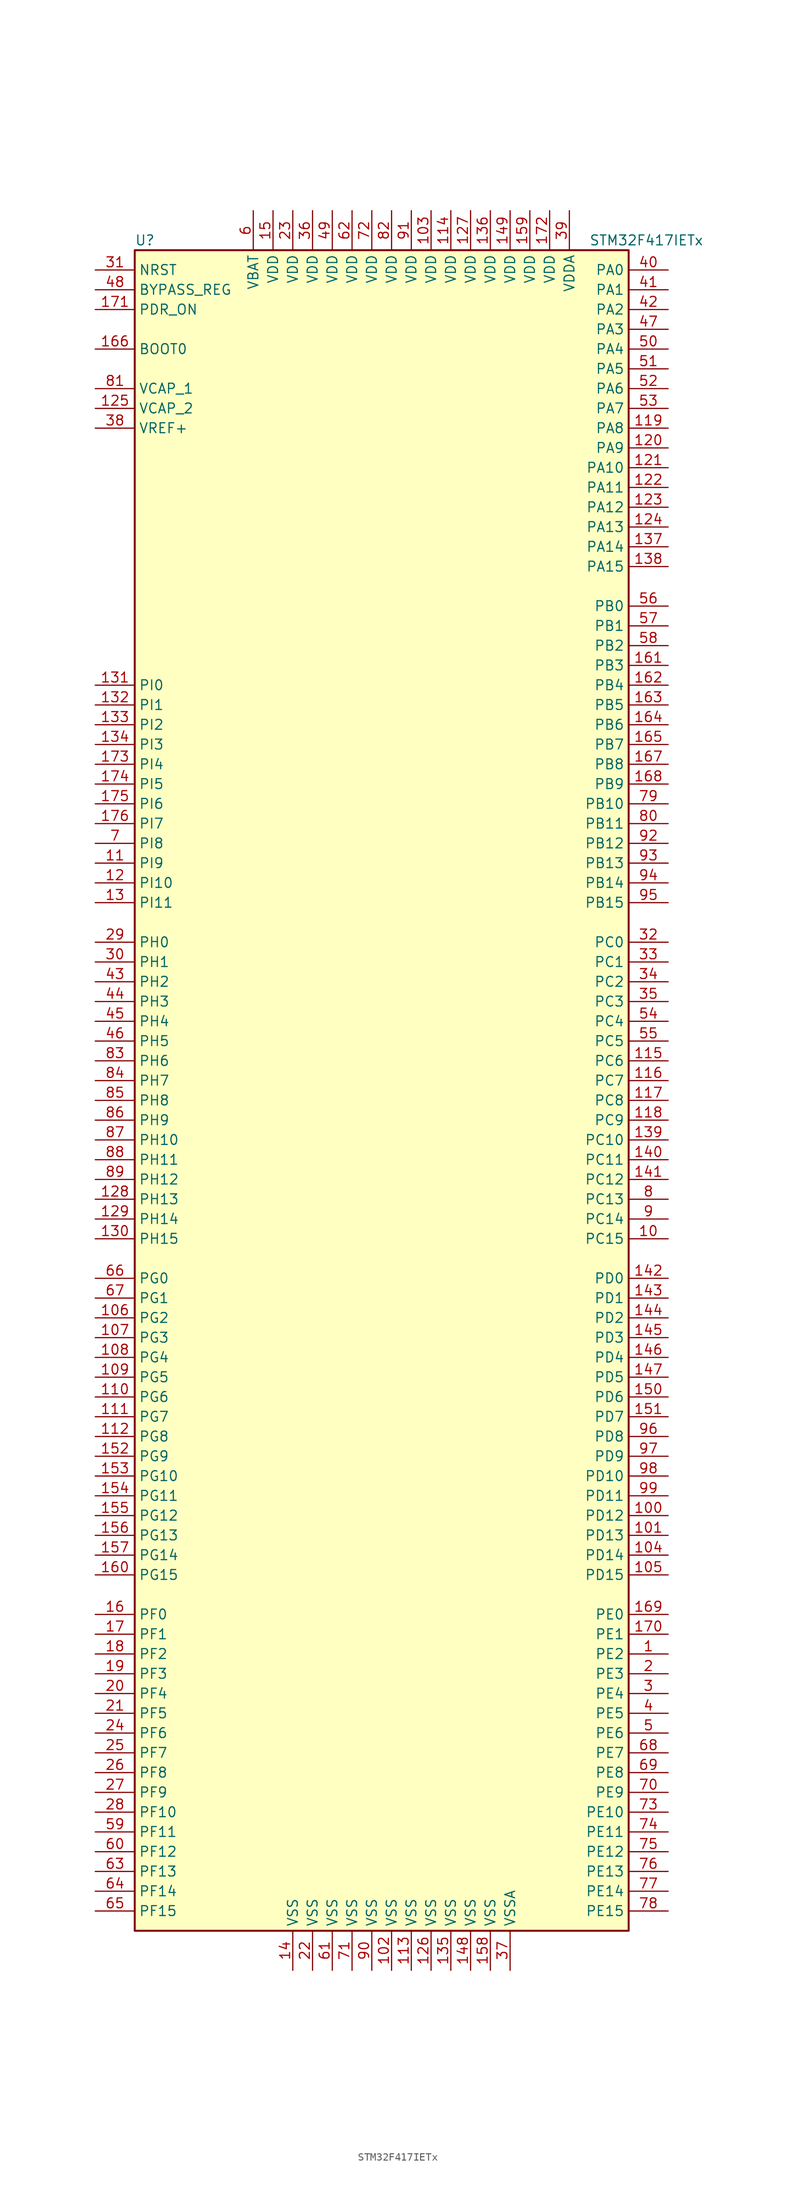
<source format=kicad_sym>
(kicad_symbol_lib
  (version 20220914)
  (generator kicad_symbol_editor)
  (symbol "STM32F417IETx"
    (property "Reference" "U"
      (at -33.02 107.95 0)
      (effects (font (size 1.27 1.27)) (justify left)))
    (property "Value" "STM32F417IETx"
      (at 25.4 107.95 0)
      (effects (font (size 1.27 1.27)) (justify left)))
    (symbol "STM32F417IETx_0_1"
      (rectangle (start -33.02 -109.22) (end 30.48 106.68) (stroke (width 0.254) (type default)) (fill (type background))))
    (symbol "STM32F417IETx_1_1"
      (pin bidirectional line (at 35.56 -73.66 180) (length 5.08) (name "PE2" (effects (font (size 1.27 1.27)))) (number "1" (effects (font (size 1.27 1.27)))))
      (pin bidirectional line (at 35.56 -20.32 180) (length 5.08) (name "PC15" (effects (font (size 1.27 1.27)))) (number "10" (effects (font (size 1.27 1.27)))))
      (pin bidirectional line (at 35.56 -55.88 180) (length 5.08) (name "PD12" (effects (font (size 1.27 1.27)))) (number "100" (effects (font (size 1.27 1.27)))))
      (pin bidirectional line (at 35.56 -58.42 180) (length 5.08) (name "PD13" (effects (font (size 1.27 1.27)))) (number "101" (effects (font (size 1.27 1.27)))))
      (pin power_in line (at 0 -114.3 90) (length 5.08) (name "VSS" (effects (font (size 1.27 1.27)))) (number "102" (effects (font (size 1.27 1.27)))))
      (pin power_in line (at 5.08 111.76 270) (length 5.08) (name "VDD" (effects (font (size 1.27 1.27)))) (number "103" (effects (font (size 1.27 1.27)))))
      (pin bidirectional line (at 35.56 -60.96 180) (length 5.08) (name "PD14" (effects (font (size 1.27 1.27)))) (number "104" (effects (font (size 1.27 1.27)))))
      (pin bidirectional line (at 35.56 -63.5 180) (length 5.08) (name "PD15" (effects (font (size 1.27 1.27)))) (number "105" (effects (font (size 1.27 1.27)))))
      (pin bidirectional line (at -38.1 -30.48 0) (length 5.08) (name "PG2" (effects (font (size 1.27 1.27)))) (number "106" (effects (font (size 1.27 1.27)))))
      (pin bidirectional line (at -38.1 -33.02 0) (length 5.08) (name "PG3" (effects (font (size 1.27 1.27)))) (number "107" (effects (font (size 1.27 1.27)))))
      (pin bidirectional line (at -38.1 -35.56 0) (length 5.08) (name "PG4" (effects (font (size 1.27 1.27)))) (number "108" (effects (font (size 1.27 1.27)))))
      (pin bidirectional line (at -38.1 -38.1 0) (length 5.08) (name "PG5" (effects (font (size 1.27 1.27)))) (number "109" (effects (font (size 1.27 1.27)))))
      (pin bidirectional line (at -38.1 27.94 0) (length 5.08) (name "PI9" (effects (font (size 1.27 1.27)))) (number "11" (effects (font (size 1.27 1.27)))))
      (pin bidirectional line (at -38.1 -40.64 0) (length 5.08) (name "PG6" (effects (font (size 1.27 1.27)))) (number "110" (effects (font (size 1.27 1.27)))))
      (pin bidirectional line (at -38.1 -43.18 0) (length 5.08) (name "PG7" (effects (font (size 1.27 1.27)))) (number "111" (effects (font (size 1.27 1.27)))))
      (pin bidirectional line (at -38.1 -45.72 0) (length 5.08) (name "PG8" (effects (font (size 1.27 1.27)))) (number "112" (effects (font (size 1.27 1.27)))))
      (pin power_in line (at 2.54 -114.3 90) (length 5.08) (name "VSS" (effects (font (size 1.27 1.27)))) (number "113" (effects (font (size 1.27 1.27)))))
      (pin power_in line (at 7.62 111.76 270) (length 5.08) (name "VDD" (effects (font (size 1.27 1.27)))) (number "114" (effects (font (size 1.27 1.27)))))
      (pin bidirectional line (at 35.56 2.54 180) (length 5.08) (name "PC6" (effects (font (size 1.27 1.27)))) (number "115" (effects (font (size 1.27 1.27)))))
      (pin bidirectional line (at 35.56 0 180) (length 5.08) (name "PC7" (effects (font (size 1.27 1.27)))) (number "116" (effects (font (size 1.27 1.27)))))
      (pin bidirectional line (at 35.56 -2.54 180) (length 5.08) (name "PC8" (effects (font (size 1.27 1.27)))) (number "117" (effects (font (size 1.27 1.27)))))
      (pin bidirectional line (at 35.56 -5.08 180) (length 5.08) (name "PC9" (effects (font (size 1.27 1.27)))) (number "118" (effects (font (size 1.27 1.27)))))
      (pin bidirectional line (at 35.56 83.82 180) (length 5.08) (name "PA8" (effects (font (size 1.27 1.27)))) (number "119" (effects (font (size 1.27 1.27)))))
      (pin bidirectional line (at -38.1 25.4 0) (length 5.08) (name "PI10" (effects (font (size 1.27 1.27)))) (number "12" (effects (font (size 1.27 1.27)))))
      (pin bidirectional line (at 35.56 81.28 180) (length 5.08) (name "PA9" (effects (font (size 1.27 1.27)))) (number "120" (effects (font (size 1.27 1.27)))))
      (pin bidirectional line (at 35.56 78.74 180) (length 5.08) (name "PA10" (effects (font (size 1.27 1.27)))) (number "121" (effects (font (size 1.27 1.27)))))
      (pin bidirectional line (at 35.56 76.2 180) (length 5.08) (name "PA11" (effects (font (size 1.27 1.27)))) (number "122" (effects (font (size 1.27 1.27)))))
      (pin bidirectional line (at 35.56 73.66 180) (length 5.08) (name "PA12" (effects (font (size 1.27 1.27)))) (number "123" (effects (font (size 1.27 1.27)))))
      (pin bidirectional line (at 35.56 71.12 180) (length 5.08) (name "PA13" (effects (font (size 1.27 1.27)))) (number "124" (effects (font (size 1.27 1.27)))))
      (pin power_in line (at -38.1 86.36 0) (length 5.08) (name "VCAP_2" (effects (font (size 1.27 1.27)))) (number "125" (effects (font (size 1.27 1.27)))))
      (pin power_in line (at 5.08 -114.3 90) (length 5.08) (name "VSS" (effects (font (size 1.27 1.27)))) (number "126" (effects (font (size 1.27 1.27)))))
      (pin power_in line (at 10.16 111.76 270) (length 5.08) (name "VDD" (effects (font (size 1.27 1.27)))) (number "127" (effects (font (size 1.27 1.27)))))
      (pin bidirectional line (at -38.1 -15.24 0) (length 5.08) (name "PH13" (effects (font (size 1.27 1.27)))) (number "128" (effects (font (size 1.27 1.27)))))
      (pin bidirectional line (at -38.1 -17.78 0) (length 5.08) (name "PH14" (effects (font (size 1.27 1.27)))) (number "129" (effects (font (size 1.27 1.27)))))
      (pin bidirectional line (at -38.1 22.86 0) (length 5.08) (name "PI11" (effects (font (size 1.27 1.27)))) (number "13" (effects (font (size 1.27 1.27)))))
      (pin bidirectional line (at -38.1 -20.32 0) (length 5.08) (name "PH15" (effects (font (size 1.27 1.27)))) (number "130" (effects (font (size 1.27 1.27)))))
      (pin bidirectional line (at -38.1 50.8 0) (length 5.08) (name "PI0" (effects (font (size 1.27 1.27)))) (number "131" (effects (font (size 1.27 1.27)))))
      (pin bidirectional line (at -38.1 48.26 0) (length 5.08) (name "PI1" (effects (font (size 1.27 1.27)))) (number "132" (effects (font (size 1.27 1.27)))))
      (pin bidirectional line (at -38.1 45.72 0) (length 5.08) (name "PI2" (effects (font (size 1.27 1.27)))) (number "133" (effects (font (size 1.27 1.27)))))
      (pin bidirectional line (at -38.1 43.18 0) (length 5.08) (name "PI3" (effects (font (size 1.27 1.27)))) (number "134" (effects (font (size 1.27 1.27)))))
      (pin power_in line (at 7.62 -114.3 90) (length 5.08) (name "VSS" (effects (font (size 1.27 1.27)))) (number "135" (effects (font (size 1.27 1.27)))))
      (pin power_in line (at 12.7 111.76 270) (length 5.08) (name "VDD" (effects (font (size 1.27 1.27)))) (number "136" (effects (font (size 1.27 1.27)))))
      (pin bidirectional line (at 35.56 68.58 180) (length 5.08) (name "PA14" (effects (font (size 1.27 1.27)))) (number "137" (effects (font (size 1.27 1.27)))))
      (pin bidirectional line (at 35.56 66.04 180) (length 5.08) (name "PA15" (effects (font (size 1.27 1.27)))) (number "138" (effects (font (size 1.27 1.27)))))
      (pin bidirectional line (at 35.56 -7.62 180) (length 5.08) (name "PC10" (effects (font (size 1.27 1.27)))) (number "139" (effects (font (size 1.27 1.27)))))
      (pin power_in line (at -12.7 -114.3 90) (length 5.08) (name "VSS" (effects (font (size 1.27 1.27)))) (number "14" (effects (font (size 1.27 1.27)))))
      (pin bidirectional line (at 35.56 -10.16 180) (length 5.08) (name "PC11" (effects (font (size 1.27 1.27)))) (number "140" (effects (font (size 1.27 1.27)))))
      (pin bidirectional line (at 35.56 -12.7 180) (length 5.08) (name "PC12" (effects (font (size 1.27 1.27)))) (number "141" (effects (font (size 1.27 1.27)))))
      (pin bidirectional line (at 35.56 -25.4 180) (length 5.08) (name "PD0" (effects (font (size 1.27 1.27)))) (number "142" (effects (font (size 1.27 1.27)))))
      (pin bidirectional line (at 35.56 -27.94 180) (length 5.08) (name "PD1" (effects (font (size 1.27 1.27)))) (number "143" (effects (font (size 1.27 1.27)))))
      (pin bidirectional line (at 35.56 -30.48 180) (length 5.08) (name "PD2" (effects (font (size 1.27 1.27)))) (number "144" (effects (font (size 1.27 1.27)))))
      (pin bidirectional line (at 35.56 -33.02 180) (length 5.08) (name "PD3" (effects (font (size 1.27 1.27)))) (number "145" (effects (font (size 1.27 1.27)))))
      (pin bidirectional line (at 35.56 -35.56 180) (length 5.08) (name "PD4" (effects (font (size 1.27 1.27)))) (number "146" (effects (font (size 1.27 1.27)))))
      (pin bidirectional line (at 35.56 -38.1 180) (length 5.08) (name "PD5" (effects (font (size 1.27 1.27)))) (number "147" (effects (font (size 1.27 1.27)))))
      (pin power_in line (at 10.16 -114.3 90) (length 5.08) (name "VSS" (effects (font (size 1.27 1.27)))) (number "148" (effects (font (size 1.27 1.27)))))
      (pin power_in line (at 15.24 111.76 270) (length 5.08) (name "VDD" (effects (font (size 1.27 1.27)))) (number "149" (effects (font (size 1.27 1.27)))))
      (pin power_in line (at -15.24 111.76 270) (length 5.08) (name "VDD" (effects (font (size 1.27 1.27)))) (number "15" (effects (font (size 1.27 1.27)))))
      (pin bidirectional line (at 35.56 -40.64 180) (length 5.08) (name "PD6" (effects (font (size 1.27 1.27)))) (number "150" (effects (font (size 1.27 1.27)))))
      (pin bidirectional line (at 35.56 -43.18 180) (length 5.08) (name "PD7" (effects (font (size 1.27 1.27)))) (number "151" (effects (font (size 1.27 1.27)))))
      (pin bidirectional line (at -38.1 -48.26 0) (length 5.08) (name "PG9" (effects (font (size 1.27 1.27)))) (number "152" (effects (font (size 1.27 1.27)))))
      (pin bidirectional line (at -38.1 -50.8 0) (length 5.08) (name "PG10" (effects (font (size 1.27 1.27)))) (number "153" (effects (font (size 1.27 1.27)))))
      (pin bidirectional line (at -38.1 -53.34 0) (length 5.08) (name "PG11" (effects (font (size 1.27 1.27)))) (number "154" (effects (font (size 1.27 1.27)))))
      (pin bidirectional line (at -38.1 -55.88 0) (length 5.08) (name "PG12" (effects (font (size 1.27 1.27)))) (number "155" (effects (font (size 1.27 1.27)))))
      (pin bidirectional line (at -38.1 -58.42 0) (length 5.08) (name "PG13" (effects (font (size 1.27 1.27)))) (number "156" (effects (font (size 1.27 1.27)))))
      (pin bidirectional line (at -38.1 -60.96 0) (length 5.08) (name "PG14" (effects (font (size 1.27 1.27)))) (number "157" (effects (font (size 1.27 1.27)))))
      (pin power_in line (at 12.7 -114.3 90) (length 5.08) (name "VSS" (effects (font (size 1.27 1.27)))) (number "158" (effects (font (size 1.27 1.27)))))
      (pin power_in line (at 17.78 111.76 270) (length 5.08) (name "VDD" (effects (font (size 1.27 1.27)))) (number "159" (effects (font (size 1.27 1.27)))))
      (pin bidirectional line (at -38.1 -68.58 0) (length 5.08) (name "PF0" (effects (font (size 1.27 1.27)))) (number "16" (effects (font (size 1.27 1.27)))))
      (pin bidirectional line (at -38.1 -63.5 0) (length 5.08) (name "PG15" (effects (font (size 1.27 1.27)))) (number "160" (effects (font (size 1.27 1.27)))))
      (pin bidirectional line (at 35.56 53.34 180) (length 5.08) (name "PB3" (effects (font (size 1.27 1.27)))) (number "161" (effects (font (size 1.27 1.27)))))
      (pin bidirectional line (at 35.56 50.8 180) (length 5.08) (name "PB4" (effects (font (size 1.27 1.27)))) (number "162" (effects (font (size 1.27 1.27)))))
      (pin bidirectional line (at 35.56 48.26 180) (length 5.08) (name "PB5" (effects (font (size 1.27 1.27)))) (number "163" (effects (font (size 1.27 1.27)))))
      (pin bidirectional line (at 35.56 45.72 180) (length 5.08) (name "PB6" (effects (font (size 1.27 1.27)))) (number "164" (effects (font (size 1.27 1.27)))))
      (pin bidirectional line (at 35.56 43.18 180) (length 5.08) (name "PB7" (effects (font (size 1.27 1.27)))) (number "165" (effects (font (size 1.27 1.27)))))
      (pin input line (at -38.1 93.98 0) (length 5.08) (name "BOOT0" (effects (font (size 1.27 1.27)))) (number "166" (effects (font (size 1.27 1.27)))))
      (pin bidirectional line (at 35.56 40.64 180) (length 5.08) (name "PB8" (effects (font (size 1.27 1.27)))) (number "167" (effects (font (size 1.27 1.27)))))
      (pin bidirectional line (at 35.56 38.1 180) (length 5.08) (name "PB9" (effects (font (size 1.27 1.27)))) (number "168" (effects (font (size 1.27 1.27)))))
      (pin bidirectional line (at 35.56 -68.58 180) (length 5.08) (name "PE0" (effects (font (size 1.27 1.27)))) (number "169" (effects (font (size 1.27 1.27)))))
      (pin bidirectional line (at -38.1 -71.12 0) (length 5.08) (name "PF1" (effects (font (size 1.27 1.27)))) (number "17" (effects (font (size 1.27 1.27)))))
      (pin bidirectional line (at 35.56 -71.12 180) (length 5.08) (name "PE1" (effects (font (size 1.27 1.27)))) (number "170" (effects (font (size 1.27 1.27)))))
      (pin input line (at -38.1 99.06 0) (length 5.08) (name "PDR_ON" (effects (font (size 1.27 1.27)))) (number "171" (effects (font (size 1.27 1.27)))))
      (pin power_in line (at 20.32 111.76 270) (length 5.08) (name "VDD" (effects (font (size 1.27 1.27)))) (number "172" (effects (font (size 1.27 1.27)))))
      (pin bidirectional line (at -38.1 40.64 0) (length 5.08) (name "PI4" (effects (font (size 1.27 1.27)))) (number "173" (effects (font (size 1.27 1.27)))))
      (pin bidirectional line (at -38.1 38.1 0) (length 5.08) (name "PI5" (effects (font (size 1.27 1.27)))) (number "174" (effects (font (size 1.27 1.27)))))
      (pin bidirectional line (at -38.1 35.56 0) (length 5.08) (name "PI6" (effects (font (size 1.27 1.27)))) (number "175" (effects (font (size 1.27 1.27)))))
      (pin bidirectional line (at -38.1 33.02 0) (length 5.08) (name "PI7" (effects (font (size 1.27 1.27)))) (number "176" (effects (font (size 1.27 1.27)))))
      (pin bidirectional line (at -38.1 -73.66 0) (length 5.08) (name "PF2" (effects (font (size 1.27 1.27)))) (number "18" (effects (font (size 1.27 1.27)))))
      (pin bidirectional line (at -38.1 -76.2 0) (length 5.08) (name "PF3" (effects (font (size 1.27 1.27)))) (number "19" (effects (font (size 1.27 1.27)))))
      (pin bidirectional line (at 35.56 -76.2 180) (length 5.08) (name "PE3" (effects (font (size 1.27 1.27)))) (number "2" (effects (font (size 1.27 1.27)))))
      (pin bidirectional line (at -38.1 -78.74 0) (length 5.08) (name "PF4" (effects (font (size 1.27 1.27)))) (number "20" (effects (font (size 1.27 1.27)))))
      (pin bidirectional line (at -38.1 -81.28 0) (length 5.08) (name "PF5" (effects (font (size 1.27 1.27)))) (number "21" (effects (font (size 1.27 1.27)))))
      (pin power_in line (at -10.16 -114.3 90) (length 5.08) (name "VSS" (effects (font (size 1.27 1.27)))) (number "22" (effects (font (size 1.27 1.27)))))
      (pin power_in line (at -12.7 111.76 270) (length 5.08) (name "VDD" (effects (font (size 1.27 1.27)))) (number "23" (effects (font (size 1.27 1.27)))))
      (pin bidirectional line (at -38.1 -83.82 0) (length 5.08) (name "PF6" (effects (font (size 1.27 1.27)))) (number "24" (effects (font (size 1.27 1.27)))))
      (pin bidirectional line (at -38.1 -86.36 0) (length 5.08) (name "PF7" (effects (font (size 1.27 1.27)))) (number "25" (effects (font (size 1.27 1.27)))))
      (pin bidirectional line (at -38.1 -88.9 0) (length 5.08) (name "PF8" (effects (font (size 1.27 1.27)))) (number "26" (effects (font (size 1.27 1.27)))))
      (pin bidirectional line (at -38.1 -91.44 0) (length 5.08) (name "PF9" (effects (font (size 1.27 1.27)))) (number "27" (effects (font (size 1.27 1.27)))))
      (pin bidirectional line (at -38.1 -93.98 0) (length 5.08) (name "PF10" (effects (font (size 1.27 1.27)))) (number "28" (effects (font (size 1.27 1.27)))))
      (pin input line (at -38.1 17.78 0) (length 5.08) (name "PH0" (effects (font (size 1.27 1.27)))) (number "29" (effects (font (size 1.27 1.27)))))
      (pin bidirectional line (at 35.56 -78.74 180) (length 5.08) (name "PE4" (effects (font (size 1.27 1.27)))) (number "3" (effects (font (size 1.27 1.27)))))
      (pin input line (at -38.1 15.24 0) (length 5.08) (name "PH1" (effects (font (size 1.27 1.27)))) (number "30" (effects (font (size 1.27 1.27)))))
      (pin input line (at -38.1 104.14 0) (length 5.08) (name "NRST" (effects (font (size 1.27 1.27)))) (number "31" (effects (font (size 1.27 1.27)))))
      (pin bidirectional line (at 35.56 17.78 180) (length 5.08) (name "PC0" (effects (font (size 1.27 1.27)))) (number "32" (effects (font (size 1.27 1.27)))))
      (pin bidirectional line (at 35.56 15.24 180) (length 5.08) (name "PC1" (effects (font (size 1.27 1.27)))) (number "33" (effects (font (size 1.27 1.27)))))
      (pin bidirectional line (at 35.56 12.7 180) (length 5.08) (name "PC2" (effects (font (size 1.27 1.27)))) (number "34" (effects (font (size 1.27 1.27)))))
      (pin bidirectional line (at 35.56 10.16 180) (length 5.08) (name "PC3" (effects (font (size 1.27 1.27)))) (number "35" (effects (font (size 1.27 1.27)))))
      (pin power_in line (at -10.16 111.76 270) (length 5.08) (name "VDD" (effects (font (size 1.27 1.27)))) (number "36" (effects (font (size 1.27 1.27)))))
      (pin power_in line (at 15.24 -114.3 90) (length 5.08) (name "VSSA" (effects (font (size 1.27 1.27)))) (number "37" (effects (font (size 1.27 1.27)))))
      (pin power_in line (at -38.1 83.82 0) (length 5.08) (name "VREF+" (effects (font (size 1.27 1.27)))) (number "38" (effects (font (size 1.27 1.27)))))
      (pin power_in line (at 22.86 111.76 270) (length 5.08) (name "VDDA" (effects (font (size 1.27 1.27)))) (number "39" (effects (font (size 1.27 1.27)))))
      (pin bidirectional line (at 35.56 -81.28 180) (length 5.08) (name "PE5" (effects (font (size 1.27 1.27)))) (number "4" (effects (font (size 1.27 1.27)))))
      (pin bidirectional line (at 35.56 104.14 180) (length 5.08) (name "PA0" (effects (font (size 1.27 1.27)))) (number "40" (effects (font (size 1.27 1.27)))))
      (pin bidirectional line (at 35.56 101.6 180) (length 5.08) (name "PA1" (effects (font (size 1.27 1.27)))) (number "41" (effects (font (size 1.27 1.27)))))
      (pin bidirectional line (at 35.56 99.06 180) (length 5.08) (name "PA2" (effects (font (size 1.27 1.27)))) (number "42" (effects (font (size 1.27 1.27)))))
      (pin bidirectional line (at -38.1 12.7 0) (length 5.08) (name "PH2" (effects (font (size 1.27 1.27)))) (number "43" (effects (font (size 1.27 1.27)))))
      (pin bidirectional line (at -38.1 10.16 0) (length 5.08) (name "PH3" (effects (font (size 1.27 1.27)))) (number "44" (effects (font (size 1.27 1.27)))))
      (pin bidirectional line (at -38.1 7.62 0) (length 5.08) (name "PH4" (effects (font (size 1.27 1.27)))) (number "45" (effects (font (size 1.27 1.27)))))
      (pin bidirectional line (at -38.1 5.08 0) (length 5.08) (name "PH5" (effects (font (size 1.27 1.27)))) (number "46" (effects (font (size 1.27 1.27)))))
      (pin bidirectional line (at 35.56 96.52 180) (length 5.08) (name "PA3" (effects (font (size 1.27 1.27)))) (number "47" (effects (font (size 1.27 1.27)))))
      (pin input line (at -38.1 101.6 0) (length 5.08) (name "BYPASS_REG" (effects (font (size 1.27 1.27)))) (number "48" (effects (font (size 1.27 1.27)))))
      (pin power_in line (at -7.62 111.76 270) (length 5.08) (name "VDD" (effects (font (size 1.27 1.27)))) (number "49" (effects (font (size 1.27 1.27)))))
      (pin bidirectional line (at 35.56 -83.82 180) (length 5.08) (name "PE6" (effects (font (size 1.27 1.27)))) (number "5" (effects (font (size 1.27 1.27)))))
      (pin bidirectional line (at 35.56 93.98 180) (length 5.08) (name "PA4" (effects (font (size 1.27 1.27)))) (number "50" (effects (font (size 1.27 1.27)))))
      (pin bidirectional line (at 35.56 91.44 180) (length 5.08) (name "PA5" (effects (font (size 1.27 1.27)))) (number "51" (effects (font (size 1.27 1.27)))))
      (pin bidirectional line (at 35.56 88.9 180) (length 5.08) (name "PA6" (effects (font (size 1.27 1.27)))) (number "52" (effects (font (size 1.27 1.27)))))
      (pin bidirectional line (at 35.56 86.36 180) (length 5.08) (name "PA7" (effects (font (size 1.27 1.27)))) (number "53" (effects (font (size 1.27 1.27)))))
      (pin bidirectional line (at 35.56 7.62 180) (length 5.08) (name "PC4" (effects (font (size 1.27 1.27)))) (number "54" (effects (font (size 1.27 1.27)))))
      (pin bidirectional line (at 35.56 5.08 180) (length 5.08) (name "PC5" (effects (font (size 1.27 1.27)))) (number "55" (effects (font (size 1.27 1.27)))))
      (pin bidirectional line (at 35.56 60.96 180) (length 5.08) (name "PB0" (effects (font (size 1.27 1.27)))) (number "56" (effects (font (size 1.27 1.27)))))
      (pin bidirectional line (at 35.56 58.42 180) (length 5.08) (name "PB1" (effects (font (size 1.27 1.27)))) (number "57" (effects (font (size 1.27 1.27)))))
      (pin bidirectional line (at 35.56 55.88 180) (length 5.08) (name "PB2" (effects (font (size 1.27 1.27)))) (number "58" (effects (font (size 1.27 1.27)))))
      (pin bidirectional line (at -38.1 -96.52 0) (length 5.08) (name "PF11" (effects (font (size 1.27 1.27)))) (number "59" (effects (font (size 1.27 1.27)))))
      (pin power_in line (at -17.78 111.76 270) (length 5.08) (name "VBAT" (effects (font (size 1.27 1.27)))) (number "6" (effects (font (size 1.27 1.27)))))
      (pin bidirectional line (at -38.1 -99.06 0) (length 5.08) (name "PF12" (effects (font (size 1.27 1.27)))) (number "60" (effects (font (size 1.27 1.27)))))
      (pin power_in line (at -7.62 -114.3 90) (length 5.08) (name "VSS" (effects (font (size 1.27 1.27)))) (number "61" (effects (font (size 1.27 1.27)))))
      (pin power_in line (at -5.08 111.76 270) (length 5.08) (name "VDD" (effects (font (size 1.27 1.27)))) (number "62" (effects (font (size 1.27 1.27)))))
      (pin bidirectional line (at -38.1 -101.6 0) (length 5.08) (name "PF13" (effects (font (size 1.27 1.27)))) (number "63" (effects (font (size 1.27 1.27)))))
      (pin bidirectional line (at -38.1 -104.14 0) (length 5.08) (name "PF14" (effects (font (size 1.27 1.27)))) (number "64" (effects (font (size 1.27 1.27)))))
      (pin bidirectional line (at -38.1 -106.68 0) (length 5.08) (name "PF15" (effects (font (size 1.27 1.27)))) (number "65" (effects (font (size 1.27 1.27)))))
      (pin bidirectional line (at -38.1 -25.4 0) (length 5.08) (name "PG0" (effects (font (size 1.27 1.27)))) (number "66" (effects (font (size 1.27 1.27)))))
      (pin bidirectional line (at -38.1 -27.94 0) (length 5.08) (name "PG1" (effects (font (size 1.27 1.27)))) (number "67" (effects (font (size 1.27 1.27)))))
      (pin bidirectional line (at 35.56 -86.36 180) (length 5.08) (name "PE7" (effects (font (size 1.27 1.27)))) (number "68" (effects (font (size 1.27 1.27)))))
      (pin bidirectional line (at 35.56 -88.9 180) (length 5.08) (name "PE8" (effects (font (size 1.27 1.27)))) (number "69" (effects (font (size 1.27 1.27)))))
      (pin bidirectional line (at -38.1 30.48 0) (length 5.08) (name "PI8" (effects (font (size 1.27 1.27)))) (number "7" (effects (font (size 1.27 1.27)))))
      (pin bidirectional line (at 35.56 -91.44 180) (length 5.08) (name "PE9" (effects (font (size 1.27 1.27)))) (number "70" (effects (font (size 1.27 1.27)))))
      (pin power_in line (at -5.08 -114.3 90) (length 5.08) (name "VSS" (effects (font (size 1.27 1.27)))) (number "71" (effects (font (size 1.27 1.27)))))
      (pin power_in line (at -2.54 111.76 270) (length 5.08) (name "VDD" (effects (font (size 1.27 1.27)))) (number "72" (effects (font (size 1.27 1.27)))))
      (pin bidirectional line (at 35.56 -93.98 180) (length 5.08) (name "PE10" (effects (font (size 1.27 1.27)))) (number "73" (effects (font (size 1.27 1.27)))))
      (pin bidirectional line (at 35.56 -96.52 180) (length 5.08) (name "PE11" (effects (font (size 1.27 1.27)))) (number "74" (effects (font (size 1.27 1.27)))))
      (pin bidirectional line (at 35.56 -99.06 180) (length 5.08) (name "PE12" (effects (font (size 1.27 1.27)))) (number "75" (effects (font (size 1.27 1.27)))))
      (pin bidirectional line (at 35.56 -101.6 180) (length 5.08) (name "PE13" (effects (font (size 1.27 1.27)))) (number "76" (effects (font (size 1.27 1.27)))))
      (pin bidirectional line (at 35.56 -104.14 180) (length 5.08) (name "PE14" (effects (font (size 1.27 1.27)))) (number "77" (effects (font (size 1.27 1.27)))))
      (pin bidirectional line (at 35.56 -106.68 180) (length 5.08) (name "PE15" (effects (font (size 1.27 1.27)))) (number "78" (effects (font (size 1.27 1.27)))))
      (pin bidirectional line (at 35.56 35.56 180) (length 5.08) (name "PB10" (effects (font (size 1.27 1.27)))) (number "79" (effects (font (size 1.27 1.27)))))
      (pin bidirectional line (at 35.56 -15.24 180) (length 5.08) (name "PC13" (effects (font (size 1.27 1.27)))) (number "8" (effects (font (size 1.27 1.27)))))
      (pin bidirectional line (at 35.56 33.02 180) (length 5.08) (name "PB11" (effects (font (size 1.27 1.27)))) (number "80" (effects (font (size 1.27 1.27)))))
      (pin power_in line (at -38.1 88.9 0) (length 5.08) (name "VCAP_1" (effects (font (size 1.27 1.27)))) (number "81" (effects (font (size 1.27 1.27)))))
      (pin power_in line (at 0 111.76 270) (length 5.08) (name "VDD" (effects (font (size 1.27 1.27)))) (number "82" (effects (font (size 1.27 1.27)))))
      (pin bidirectional line (at -38.1 2.54 0) (length 5.08) (name "PH6" (effects (font (size 1.27 1.27)))) (number "83" (effects (font (size 1.27 1.27)))))
      (pin bidirectional line (at -38.1 0 0) (length 5.08) (name "PH7" (effects (font (size 1.27 1.27)))) (number "84" (effects (font (size 1.27 1.27)))))
      (pin bidirectional line (at -38.1 -2.54 0) (length 5.08) (name "PH8" (effects (font (size 1.27 1.27)))) (number "85" (effects (font (size 1.27 1.27)))))
      (pin bidirectional line (at -38.1 -5.08 0) (length 5.08) (name "PH9" (effects (font (size 1.27 1.27)))) (number "86" (effects (font (size 1.27 1.27)))))
      (pin bidirectional line (at -38.1 -7.62 0) (length 5.08) (name "PH10" (effects (font (size 1.27 1.27)))) (number "87" (effects (font (size 1.27 1.27)))))
      (pin bidirectional line (at -38.1 -10.16 0) (length 5.08) (name "PH11" (effects (font (size 1.27 1.27)))) (number "88" (effects (font (size 1.27 1.27)))))
      (pin bidirectional line (at -38.1 -12.7 0) (length 5.08) (name "PH12" (effects (font (size 1.27 1.27)))) (number "89" (effects (font (size 1.27 1.27)))))
      (pin bidirectional line (at 35.56 -17.78 180) (length 5.08) (name "PC14" (effects (font (size 1.27 1.27)))) (number "9" (effects (font (size 1.27 1.27)))))
      (pin power_in line (at -2.54 -114.3 90) (length 5.08) (name "VSS" (effects (font (size 1.27 1.27)))) (number "90" (effects (font (size 1.27 1.27)))))
      (pin power_in line (at 2.54 111.76 270) (length 5.08) (name "VDD" (effects (font (size 1.27 1.27)))) (number "91" (effects (font (size 1.27 1.27)))))
      (pin bidirectional line (at 35.56 30.48 180) (length 5.08) (name "PB12" (effects (font (size 1.27 1.27)))) (number "92" (effects (font (size 1.27 1.27)))))
      (pin bidirectional line (at 35.56 27.94 180) (length 5.08) (name "PB13" (effects (font (size 1.27 1.27)))) (number "93" (effects (font (size 1.27 1.27)))))
      (pin bidirectional line (at 35.56 25.4 180) (length 5.08) (name "PB14" (effects (font (size 1.27 1.27)))) (number "94" (effects (font (size 1.27 1.27)))))
      (pin bidirectional line (at 35.56 22.86 180) (length 5.08) (name "PB15" (effects (font (size 1.27 1.27)))) (number "95" (effects (font (size 1.27 1.27)))))
      (pin bidirectional line (at 35.56 -45.72 180) (length 5.08) (name "PD8" (effects (font (size 1.27 1.27)))) (number "96" (effects (font (size 1.27 1.27)))))
      (pin bidirectional line (at 35.56 -48.26 180) (length 5.08) (name "PD9" (effects (font (size 1.27 1.27)))) (number "97" (effects (font (size 1.27 1.27)))))
      (pin bidirectional line (at 35.56 -50.8 180) (length 5.08) (name "PD10" (effects (font (size 1.27 1.27)))) (number "98" (effects (font (size 1.27 1.27)))))
      (pin bidirectional line (at 35.56 -53.34 180) (length 5.08) (name "PD11" (effects (font (size 1.27 1.27)))) (number "99" (effects (font (size 1.27 1.27))))))))
</source>
